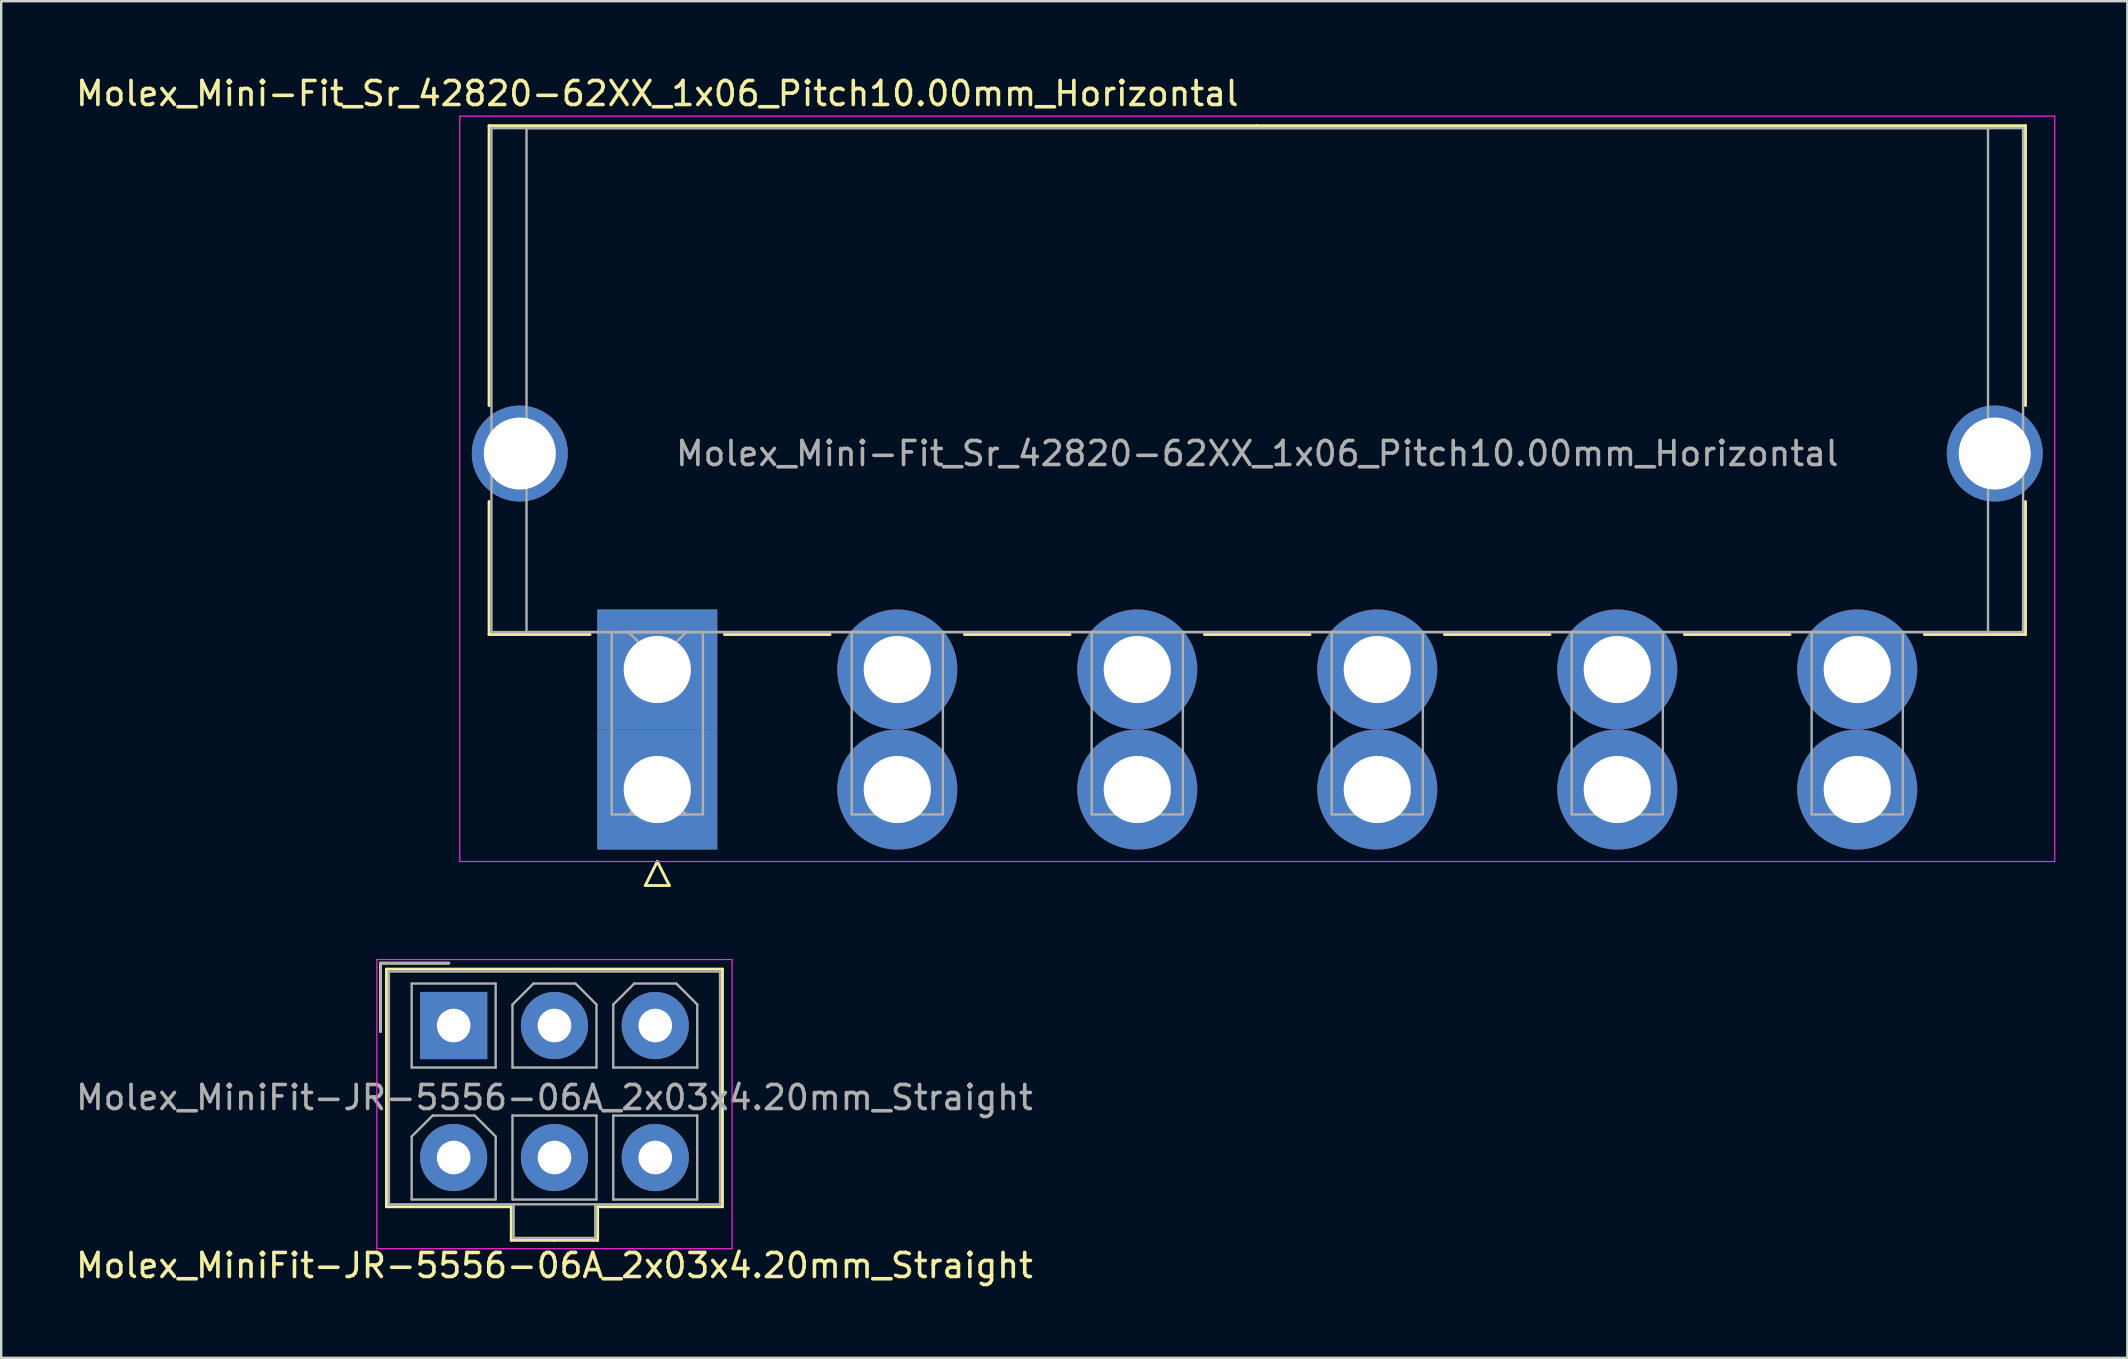
<source format=kicad_pcb>
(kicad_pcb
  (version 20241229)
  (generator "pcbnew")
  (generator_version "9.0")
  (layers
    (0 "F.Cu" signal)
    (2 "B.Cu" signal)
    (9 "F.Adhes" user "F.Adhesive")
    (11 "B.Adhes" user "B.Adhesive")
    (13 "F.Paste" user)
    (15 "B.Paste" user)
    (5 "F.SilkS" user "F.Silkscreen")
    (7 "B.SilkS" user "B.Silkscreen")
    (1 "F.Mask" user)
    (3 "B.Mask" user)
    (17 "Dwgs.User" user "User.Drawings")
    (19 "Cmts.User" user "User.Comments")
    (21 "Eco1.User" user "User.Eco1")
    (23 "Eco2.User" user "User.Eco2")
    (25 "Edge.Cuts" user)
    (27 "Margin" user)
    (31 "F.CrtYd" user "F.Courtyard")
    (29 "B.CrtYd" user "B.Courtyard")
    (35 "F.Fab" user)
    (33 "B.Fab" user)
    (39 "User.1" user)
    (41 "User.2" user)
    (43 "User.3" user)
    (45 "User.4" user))
  (footprint "Molex_MiniFit-JR-5556-06A_2x03x4.20mm_Straight"
    (layer "F.Cu")
    (at 15.854 39.683)
    (property "Reference" "Molex_MiniFit-JR-5556-06A_2x03x4.20mm_Straight" (at 4.2 10 0) (layer "F.SilkS") (effects (font (size 1 1) (thickness 0.15))))
    (attr through_hole)
    (fp_line (start -3.05 -2.6) (end -3.05 0.25) (stroke (width 0.12) (type solid)) (layer "F.SilkS"))
    (fp_line (start -2.8 -2.35) (end -2.8 7.55) (stroke (width 0.12) (type solid)) (layer "F.SilkS"))
    (fp_line (start -2.8 7.55) (end 2.4 7.55) (stroke (width 0.12) (type solid)) (layer "F.SilkS"))
    (fp_line (start -0.2 -2.6) (end -3.05 -2.6) (stroke (width 0.12) (type solid)) (layer "F.SilkS"))
    (fp_line (start 2.4 7.55) (end 2.4 8.95) (stroke (width 0.12) (type solid)) (layer "F.SilkS"))
    (fp_line (start 2.4 8.95) (end 4.2 8.95) (stroke (width 0.12) (type solid)) (layer "F.SilkS"))
    (fp_line (start 4.2 -2.35) (end -2.8 -2.35) (stroke (width 0.12) (type solid)) (layer "F.SilkS"))
    (fp_line (start 4.2 -2.35) (end 11.2 -2.35) (stroke (width 0.12) (type solid)) (layer "F.SilkS"))
    (fp_line (start 6 7.55) (end 6 8.95) (stroke (width 0.12) (type solid)) (layer "F.SilkS"))
    (fp_line (start 6 8.95) (end 4.2 8.95) (stroke (width 0.12) (type solid)) (layer "F.SilkS"))
    (fp_line (start 11.2 -2.35) (end 11.2 7.55) (stroke (width 0.12) (type solid)) (layer "F.SilkS"))
    (fp_line (start 11.2 7.55) (end 6 7.55) (stroke (width 0.12) (type solid)) (layer "F.SilkS"))
    (fp_line (start -3.2 -2.75) (end -3.2 9.3) (stroke (width 0.05) (type solid)) (layer "F.CrtYd"))
    (fp_line (start -3.2 9.3) (end 11.6 9.3) (stroke (width 0.05) (type solid)) (layer "F.CrtYd"))
    (fp_line (start 11.6 -2.75) (end -3.2 -2.75) (stroke (width 0.05) (type solid)) (layer "F.CrtYd"))
    (fp_line (start 11.6 9.3) (end 11.6 -2.75) (stroke (width 0.05) (type solid)) (layer "F.CrtYd"))
    (fp_line (start -3.05 -2.6) (end -3.05 0.25) (stroke (width 0.1) (type solid)) (layer "F.Fab"))
    (fp_line (start -2.7 -2.25) (end -2.7 7.45) (stroke (width 0.1) (type solid)) (layer "F.Fab"))
    (fp_line (start -2.7 7.45) (end 11.1 7.45) (stroke (width 0.1) (type solid)) (layer "F.Fab"))
    (fp_line (start -1.75 -1.75) (end -1.75 1.75) (stroke (width 0.1) (type solid)) (layer "F.Fab"))
    (fp_line (start -1.75 1.75) (end 1.75 1.75) (stroke (width 0.1) (type solid)) (layer "F.Fab"))
    (fp_line (start -1.75 4.625) (end -0.875 3.75) (stroke (width 0.1) (type solid)) (layer "F.Fab"))
    (fp_line (start -1.75 7.25) (end -1.75 4.625) (stroke (width 0.1) (type solid)) (layer "F.Fab"))
    (fp_line (start -0.875 3.75) (end 0.875 3.75) (stroke (width 0.1) (type solid)) (layer "F.Fab"))
    (fp_line (start -0.2 -2.6) (end -3.05 -2.6) (stroke (width 0.1) (type solid)) (layer "F.Fab"))
    (fp_line (start 0.875 3.75) (end 1.75 4.625) (stroke (width 0.1) (type solid)) (layer "F.Fab"))
    (fp_line (start 1.75 -1.75) (end -1.75 -1.75) (stroke (width 0.1) (type solid)) (layer "F.Fab"))
    (fp_line (start 1.75 1.75) (end 1.75 -1.75) (stroke (width 0.1) (type solid)) (layer "F.Fab"))
    (fp_line (start 1.75 4.625) (end 1.75 7.25) (stroke (width 0.1) (type solid)) (layer "F.Fab"))
    (fp_line (start 1.75 7.25) (end -1.75 7.25) (stroke (width 0.1) (type solid)) (layer "F.Fab"))
    (fp_line (start 2.45 -0.875) (end 3.325 -1.75) (stroke (width 0.1) (type solid)) (layer "F.Fab"))
    (fp_line (start 2.45 1.75) (end 2.45 -0.875) (stroke (width 0.1) (type solid)) (layer "F.Fab"))
    (fp_line (start 2.45 3.75) (end 2.45 7.25) (stroke (width 0.1) (type solid)) (layer "F.Fab"))
    (fp_line (start 2.45 7.25) (end 5.95 7.25) (stroke (width 0.1) (type solid)) (layer "F.Fab"))
    (fp_line (start 2.5 7.45) (end 2.5 8.85) (stroke (width 0.1) (type solid)) (layer "F.Fab"))
    (fp_line (start 2.5 8.85) (end 5.9 8.85) (stroke (width 0.1) (type solid)) (layer "F.Fab"))
    (fp_line (start 3.325 -1.75) (end 5.075 -1.75) (stroke (width 0.1) (type solid)) (layer "F.Fab"))
    (fp_line (start 5.075 -1.75) (end 5.95 -0.875) (stroke (width 0.1) (type solid)) (layer "F.Fab"))
    (fp_line (start 5.9 8.85) (end 5.9 7.45) (stroke (width 0.1) (type solid)) (layer "F.Fab"))
    (fp_line (start 5.95 -0.875) (end 5.95 1.75) (stroke (width 0.1) (type solid)) (layer "F.Fab"))
    (fp_line (start 5.95 1.75) (end 2.45 1.75) (stroke (width 0.1) (type solid)) (layer "F.Fab"))
    (fp_line (start 5.95 3.75) (end 2.45 3.75) (stroke (width 0.1) (type solid)) (layer "F.Fab"))
    (fp_line (start 5.95 7.25) (end 5.95 3.75) (stroke (width 0.1) (type solid)) (layer "F.Fab"))
    (fp_line (start 6.65 -0.875) (end 7.525 -1.75) (stroke (width 0.1) (type solid)) (layer "F.Fab"))
    (fp_line (start 6.65 1.75) (end 6.65 -0.875) (stroke (width 0.1) (type solid)) (layer "F.Fab"))
    (fp_line (start 6.65 3.75) (end 6.65 7.25) (stroke (width 0.1) (type solid)) (layer "F.Fab"))
    (fp_line (start 6.65 7.25) (end 10.15 7.25) (stroke (width 0.1) (type solid)) (layer "F.Fab"))
    (fp_line (start 7.525 -1.75) (end 9.275 -1.75) (stroke (width 0.1) (type solid)) (layer "F.Fab"))
    (fp_line (start 9.275 -1.75) (end 10.15 -0.875) (stroke (width 0.1) (type solid)) (layer "F.Fab"))
    (fp_line (start 10.15 -0.875) (end 10.15 1.75) (stroke (width 0.1) (type solid)) (layer "F.Fab"))
    (fp_line (start 10.15 1.75) (end 6.65 1.75) (stroke (width 0.1) (type solid)) (layer "F.Fab"))
    (fp_line (start 10.15 3.75) (end 6.65 3.75) (stroke (width 0.1) (type solid)) (layer "F.Fab"))
    (fp_line (start 10.15 7.25) (end 10.15 3.75) (stroke (width 0.1) (type solid)) (layer "F.Fab"))
    (fp_line (start 11.1 -2.25) (end -2.7 -2.25) (stroke (width 0.1) (type solid)) (layer "F.Fab"))
    (fp_line (start 11.1 7.45) (end 11.1 -2.25) (stroke (width 0.1) (type solid)) (layer "F.Fab"))
    (fp_text user "${REFERENCE}" (at 4.2 3 0) (layer "F.Fab") (effects (font (size 1 1) (thickness 0.15))))
    (pad "1" thru_hole rect (at 0 0) (size 2.8 2.8) (drill 1.4) (layers "*.Cu" "*.Mask"))
    (pad "2" thru_hole circle (at 4.2 0) (size 2.8 2.8) (drill 1.4) (layers "*.Cu" "*.Mask"))
    (pad "3" thru_hole circle (at 8.4 0) (size 2.8 2.8) (drill 1.4) (layers "*.Cu" "*.Mask"))
    (pad "4" thru_hole circle (at 0 5.5) (size 2.8 2.8) (drill 1.4) (layers "*.Cu" "*.Mask"))
    (pad "5" thru_hole circle (at 4.2 5.5) (size 2.8 2.8) (drill 1.4) (layers "*.Cu" "*.Mask"))
    (pad "6" thru_hole circle (at 8.4 5.5) (size 2.8 2.8) (drill 1.4) (layers "*.Cu" "*.Mask")))
  (footprint "Molex_Mini-Fit_Sr_42820-62XX_1x06_Pitch10.00mm_Horizontal"
    (layer "F.Cu")
    (at 24.339 24.848)
    (property "Reference" "Molex_Mini-Fit_Sr_42820-62XX_1x06_Pitch10.00mm_Horizontal" (at 0 -24 0) (layer "F.SilkS") (effects (font (size 1 1) (thickness 0.15))))
    (attr through_hole)
    (fp_line (start -7.01 -22.66) (end -7.01 -11) (stroke (width 0.12) (type solid)) (layer "F.SilkS"))
    (fp_line (start -7.01 -7) (end -7.01 -1.46) (stroke (width 0.12) (type solid)) (layer "F.SilkS"))
    (fp_line (start -7.01 -1.46) (end -2.8 -1.46) (stroke (width 0.12) (type solid)) (layer "F.SilkS"))
    (fp_line (start -0.5 9) (end 0 8) (stroke (width 0.12) (type solid)) (layer "F.SilkS"))
    (fp_line (start 0 8) (end 0.5 9) (stroke (width 0.12) (type solid)) (layer "F.SilkS"))
    (fp_line (start 0.5 9) (end -0.5 9) (stroke (width 0.12) (type solid)) (layer "F.SilkS"))
    (fp_line (start 2.8 -1.46) (end 7.2 -1.46) (stroke (width 0.12) (type solid)) (layer "F.SilkS"))
    (fp_line (start 12.8 -1.46) (end 17.2 -1.46) (stroke (width 0.12) (type solid)) (layer "F.SilkS"))
    (fp_line (start 22.8 -1.46) (end 27.2 -1.46) (stroke (width 0.12) (type solid)) (layer "F.SilkS"))
    (fp_line (start 25 -22.66) (end -7.01 -22.66) (stroke (width 0.12) (type solid)) (layer "F.SilkS"))
    (fp_line (start 25 -22.66) (end 57.01 -22.66) (stroke (width 0.12) (type solid)) (layer "F.SilkS"))
    (fp_line (start 32.8 -1.46) (end 37.2 -1.46) (stroke (width 0.12) (type solid)) (layer "F.SilkS"))
    (fp_line (start 42.8 -1.46) (end 47.2 -1.46) (stroke (width 0.12) (type solid)) (layer "F.SilkS"))
    (fp_line (start 57.01 -22.66) (end 57.01 -11) (stroke (width 0.12) (type solid)) (layer "F.SilkS"))
    (fp_line (start 57.01 -7) (end 57.01 -1.46) (stroke (width 0.12) (type solid)) (layer "F.SilkS"))
    (fp_line (start 57.01 -1.46) (end 52.8 -1.46) (stroke (width 0.12) (type solid)) (layer "F.SilkS"))
    (fp_line (start -8.23 -23.06) (end -8.23 8) (stroke (width 0.05) (type solid)) (layer "F.CrtYd"))
    (fp_line (start -8.23 8) (end 58.23 8) (stroke (width 0.05) (type solid)) (layer "F.CrtYd"))
    (fp_line (start 58.23 -23.06) (end -8.23 -23.06) (stroke (width 0.05) (type solid)) (layer "F.CrtYd"))
    (fp_line (start 58.23 8) (end 58.23 -23.06) (stroke (width 0.05) (type solid)) (layer "F.CrtYd"))
    (fp_line (start -6.91 -22.56) (end -6.91 -1.56) (stroke (width 0.1) (type solid)) (layer "F.Fab"))
    (fp_line (start -6.91 -1.56) (end 56.91 -1.56) (stroke (width 0.1) (type solid)) (layer "F.Fab"))
    (fp_line (start -5.45 -22.56) (end -5.45 -1.56) (stroke (width 0.1) (type solid)) (layer "F.Fab"))
    (fp_line (start -5.45 -1.56) (end 55.45 -1.56) (stroke (width 0.1) (type solid)) (layer "F.Fab"))
    (fp_line (start -1.9 -1.56) (end -1.9 6.04) (stroke (width 0.1) (type solid)) (layer "F.Fab"))
    (fp_line (start -1.9 6.04) (end 1.9 6.04) (stroke (width 0.1) (type solid)) (layer "F.Fab"))
    (fp_line (start -1.2 -1.56) (end 0 -0.36) (stroke (width 0.1) (type solid)) (layer "F.Fab"))
    (fp_line (start -1.2 6.04) (end 0 4.84) (stroke (width 0.1) (type solid)) (layer "F.Fab"))
    (fp_line (start 0 -0.36) (end 1.2 -1.56) (stroke (width 0.1) (type solid)) (layer "F.Fab"))
    (fp_line (start 0 4.84) (end 1.2 6.04) (stroke (width 0.1) (type solid)) (layer "F.Fab"))
    (fp_line (start 1.2 -1.56) (end -1.2 -1.56) (stroke (width 0.1) (type solid)) (layer "F.Fab"))
    (fp_line (start 1.2 6.04) (end -1.2 6.04) (stroke (width 0.1) (type solid)) (layer "F.Fab"))
    (fp_line (start 1.9 -1.56) (end -1.9 -1.56) (stroke (width 0.1) (type solid)) (layer "F.Fab"))
    (fp_line (start 1.9 6.04) (end 1.9 -1.56) (stroke (width 0.1) (type solid)) (layer "F.Fab"))
    (fp_line (start 8.1 -1.56) (end 8.1 6.04) (stroke (width 0.1) (type solid)) (layer "F.Fab"))
    (fp_line (start 8.1 6.04) (end 11.9 6.04) (stroke (width 0.1) (type solid)) (layer "F.Fab"))
    (fp_line (start 11.9 -1.56) (end 8.1 -1.56) (stroke (width 0.1) (type solid)) (layer "F.Fab"))
    (fp_line (start 11.9 6.04) (end 11.9 -1.56) (stroke (width 0.1) (type solid)) (layer "F.Fab"))
    (fp_line (start 18.1 -1.56) (end 18.1 6.04) (stroke (width 0.1) (type solid)) (layer "F.Fab"))
    (fp_line (start 18.1 6.04) (end 21.9 6.04) (stroke (width 0.1) (type solid)) (layer "F.Fab"))
    (fp_line (start 21.9 -1.56) (end 18.1 -1.56) (stroke (width 0.1) (type solid)) (layer "F.Fab"))
    (fp_line (start 21.9 6.04) (end 21.9 -1.56) (stroke (width 0.1) (type solid)) (layer "F.Fab"))
    (fp_line (start 28.1 -1.56) (end 28.1 6.04) (stroke (width 0.1) (type solid)) (layer "F.Fab"))
    (fp_line (start 28.1 6.04) (end 31.9 6.04) (stroke (width 0.1) (type solid)) (layer "F.Fab"))
    (fp_line (start 31.9 -1.56) (end 28.1 -1.56) (stroke (width 0.1) (type solid)) (layer "F.Fab"))
    (fp_line (start 31.9 6.04) (end 31.9 -1.56) (stroke (width 0.1) (type solid)) (layer "F.Fab"))
    (fp_line (start 38.1 -1.56) (end 38.1 6.04) (stroke (width 0.1) (type solid)) (layer "F.Fab"))
    (fp_line (start 38.1 6.04) (end 41.9 6.04) (stroke (width 0.1) (type solid)) (layer "F.Fab"))
    (fp_line (start 41.9 -1.56) (end 38.1 -1.56) (stroke (width 0.1) (type solid)) (layer "F.Fab"))
    (fp_line (start 41.9 6.04) (end 41.9 -1.56) (stroke (width 0.1) (type solid)) (layer "F.Fab"))
    (fp_line (start 48.1 -1.56) (end 48.1 6.04) (stroke (width 0.1) (type solid)) (layer "F.Fab"))
    (fp_line (start 48.1 6.04) (end 51.9 6.04) (stroke (width 0.1) (type solid)) (layer "F.Fab"))
    (fp_line (start 51.9 -1.56) (end 48.1 -1.56) (stroke (width 0.1) (type solid)) (layer "F.Fab"))
    (fp_line (start 51.9 6.04) (end 51.9 -1.56) (stroke (width 0.1) (type solid)) (layer "F.Fab"))
    (fp_line (start 55.45 -22.56) (end -5.45 -22.56) (stroke (width 0.1) (type solid)) (layer "F.Fab"))
    (fp_line (start 55.45 -1.56) (end 55.45 -22.56) (stroke (width 0.1) (type solid)) (layer "F.Fab"))
    (fp_line (start 56.91 -22.56) (end -6.91 -22.56) (stroke (width 0.1) (type solid)) (layer "F.Fab"))
    (fp_line (start 56.91 -1.56) (end 56.91 -22.56) (stroke (width 0.1) (type solid)) (layer "F.Fab"))
    (fp_text user "${REFERENCE}" (at 25 -9 0) (layer "F.Fab") (effects (font (size 1 1) (thickness 0.15))))
    (pad "" thru_hole circle (at -5.73 -9) (size 4 4) (drill 3) (layers "*.Cu" "*.Mask"))
    (pad "" thru_hole circle (at 55.73 -9) (size 4 4) (drill 3) (layers "*.Cu" "*.Mask"))
    (pad "1" thru_hole rect (at 0 0) (size 5 5) (drill 2.8) (layers "*.Cu" "*.Mask"))
    (pad "1" thru_hole rect (at 0 5) (size 5 5) (drill 2.8) (layers "*.Cu" "*.Mask"))
    (pad "2" thru_hole circle (at 10 0) (size 5 5) (drill 2.8) (layers "*.Cu" "*.Mask"))
    (pad "2" thru_hole circle (at 10 5) (size 5 5) (drill 2.8) (layers "*.Cu" "*.Mask"))
    (pad "3" thru_hole circle (at 20 0) (size 5 5) (drill 2.8) (layers "*.Cu" "*.Mask"))
    (pad "3" thru_hole circle (at 20 5) (size 5 5) (drill 2.8) (layers "*.Cu" "*.Mask"))
    (pad "4" thru_hole circle (at 30 0) (size 5 5) (drill 2.8) (layers "*.Cu" "*.Mask"))
    (pad "4" thru_hole circle (at 30 5) (size 5 5) (drill 2.8) (layers "*.Cu" "*.Mask"))
    (pad "5" thru_hole circle (at 40 0) (size 5 5) (drill 2.8) (layers "*.Cu" "*.Mask"))
    (pad "5" thru_hole circle (at 40 5) (size 5 5) (drill 2.8) (layers "*.Cu" "*.Mask"))
    (pad "6" thru_hole circle (at 50 0) (size 5 5) (drill 2.8) (layers "*.Cu" "*.Mask"))
    (pad "6" thru_hole circle (at 50 5) (size 5 5) (drill 2.8) (layers "*.Cu" "*.Mask")))
  (gr_rect
    (start -3 -3)
    (end 85.594 53.532)
    (stroke (width 0.1) (type default))
    (fill no)
    (layer "Edge.Cuts")))
</source>
